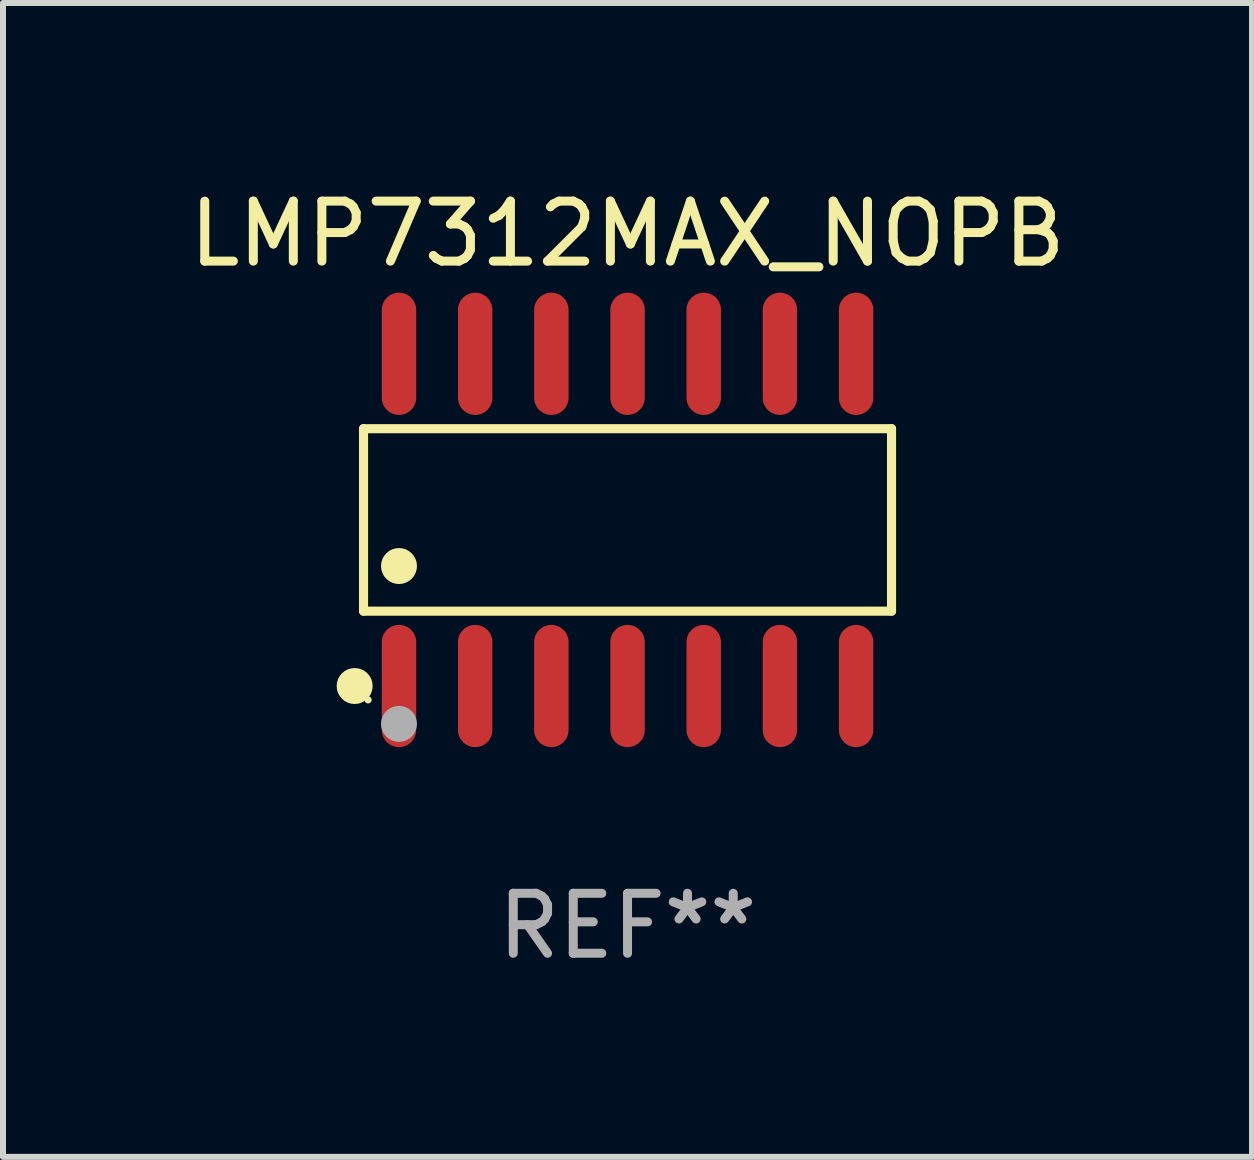
<source format=kicad_pcb>
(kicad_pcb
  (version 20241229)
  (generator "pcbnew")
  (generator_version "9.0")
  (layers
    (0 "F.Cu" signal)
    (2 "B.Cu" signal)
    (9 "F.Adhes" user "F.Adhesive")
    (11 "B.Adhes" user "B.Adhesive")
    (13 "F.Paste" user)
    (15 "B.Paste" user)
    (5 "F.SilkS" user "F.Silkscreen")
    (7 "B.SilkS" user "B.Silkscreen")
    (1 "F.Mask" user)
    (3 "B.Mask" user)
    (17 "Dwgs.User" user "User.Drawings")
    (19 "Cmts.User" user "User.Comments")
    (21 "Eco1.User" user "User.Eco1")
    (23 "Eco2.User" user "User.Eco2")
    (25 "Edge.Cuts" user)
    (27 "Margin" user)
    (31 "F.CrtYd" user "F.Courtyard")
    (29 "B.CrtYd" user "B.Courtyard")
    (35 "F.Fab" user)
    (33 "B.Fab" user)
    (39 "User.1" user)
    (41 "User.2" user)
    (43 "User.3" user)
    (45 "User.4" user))
  (footprint "LMP7312MAX_NOPB"
    (layer "F.Cu")
    (at 7.411 5.617)
    (property "Reference" "LMP7312MAX_NOPB" (at 0 -4.769 0) (layer "F.SilkS") (effects (font (size 1 1) (thickness 0.15))))
    (attr through_hole)
    (fp_line (start -4.401 -1.521) (end 4.401 -1.521) (stroke (width 0.152) (type solid)) (layer "F.SilkS"))
    (fp_line (start -4.401 1.521) (end -4.401 -1.521) (stroke (width 0.152) (type solid)) (layer "F.SilkS"))
    (fp_line (start 4.401 -1.521) (end 4.401 1.521) (stroke (width 0.152) (type solid)) (layer "F.SilkS"))
    (fp_line (start 4.401 1.521) (end -4.401 1.521) (stroke (width 0.152) (type solid)) (layer "F.SilkS"))
    (fp_circle (center -4.549 2.769) (end -4.399 2.769) (stroke (width 0.3) (type solid)) (fill no) (layer "F.SilkS"))
    (fp_circle (center -4.325 3) (end -4.295 3) (stroke (width 0.06) (type solid)) (fill no) (layer "F.SilkS"))
    (fp_circle (center -3.81 0.769) (end -3.66 0.769) (stroke (width 0.3) (type solid)) (fill no) (layer "F.SilkS"))
    (fp_circle (center -3.81 3.4) (end -3.66 3.4) (stroke (width 0.3) (type solid)) (fill no) (layer "F.Fab"))
    (fp_text user "REF**" (at 0 6.769 0) (layer "F.Fab") (effects (font (size 1 1) (thickness 0.15))))
    (pad "1" smd oval (at -3.81 2.769) (size 0.574 2.038) (layers "F.Cu" "F.Mask" "F.Paste"))
    (pad "2" smd oval (at -2.54 2.769) (size 0.574 2.038) (layers "F.Cu" "F.Mask" "F.Paste"))
    (pad "3" smd oval (at -1.27 2.769) (size 0.574 2.038) (layers "F.Cu" "F.Mask" "F.Paste"))
    (pad "4" smd oval (at 0 2.769) (size 0.574 2.038) (layers "F.Cu" "F.Mask" "F.Paste"))
    (pad "5" smd oval (at 1.27 2.769) (size 0.574 2.038) (layers "F.Cu" "F.Mask" "F.Paste"))
    (pad "6" smd oval (at 2.54 2.769) (size 0.574 2.038) (layers "F.Cu" "F.Mask" "F.Paste"))
    (pad "7" smd oval (at 3.81 2.769) (size 0.574 2.038) (layers "F.Cu" "F.Mask" "F.Paste"))
    (pad "8" smd oval (at 3.81 -2.769) (size 0.574 2.038) (layers "F.Cu" "F.Mask" "F.Paste"))
    (pad "9" smd oval (at 2.54 -2.769) (size 0.574 2.038) (layers "F.Cu" "F.Mask" "F.Paste"))
    (pad "10" smd oval (at 1.27 -2.769) (size 0.574 2.038) (layers "F.Cu" "F.Mask" "F.Paste"))
    (pad "11" smd oval (at 0 -2.769) (size 0.574 2.038) (layers "F.Cu" "F.Mask" "F.Paste"))
    (pad "12" smd oval (at -1.27 -2.769) (size 0.574 2.038) (layers "F.Cu" "F.Mask" "F.Paste"))
    (pad "13" smd oval (at -2.54 -2.769) (size 0.574 2.038) (layers "F.Cu" "F.Mask" "F.Paste"))
    (pad "14" smd oval (at -3.81 -2.769) (size 0.574 2.038) (layers "F.Cu" "F.Mask" "F.Paste")))
  (gr_rect
    (start -3 -3)
    (end 17.821 16.235)
    (stroke (width 0.1) (type default))
    (fill no)
    (layer "Edge.Cuts")))
</source>
